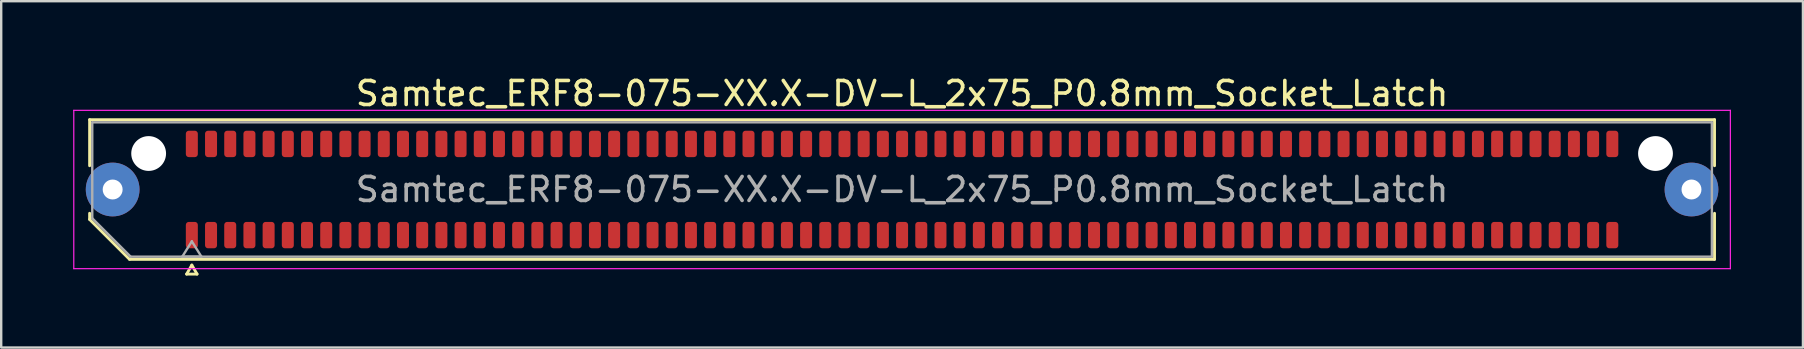
<source format=kicad_pcb>
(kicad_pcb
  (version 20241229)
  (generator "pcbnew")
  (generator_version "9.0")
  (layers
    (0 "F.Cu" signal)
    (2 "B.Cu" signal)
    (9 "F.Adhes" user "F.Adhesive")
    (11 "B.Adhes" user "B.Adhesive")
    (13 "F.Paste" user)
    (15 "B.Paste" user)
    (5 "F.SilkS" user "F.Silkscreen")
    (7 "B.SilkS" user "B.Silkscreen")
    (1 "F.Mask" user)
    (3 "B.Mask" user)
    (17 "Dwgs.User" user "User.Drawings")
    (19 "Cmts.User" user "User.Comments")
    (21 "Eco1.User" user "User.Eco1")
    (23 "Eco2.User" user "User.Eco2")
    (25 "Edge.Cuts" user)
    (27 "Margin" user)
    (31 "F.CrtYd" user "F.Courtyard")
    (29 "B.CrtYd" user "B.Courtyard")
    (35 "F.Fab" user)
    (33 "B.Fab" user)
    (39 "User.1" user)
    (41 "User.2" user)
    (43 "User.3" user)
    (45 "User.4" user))
  (footprint "Samtec_ERF8-075-XX.X-DV-L_2x75_P0.8mm_Socket_Latch"
    (layer "F.Cu")
    (at 34.545 4.848)
    (property "Reference" "Samtec_ERF8-075-XX.X-DV-L_2x75_P0.8mm_Socket_Latch" (at 0 -4 0) (layer "F.SilkS") (effects (font (size 1 1) (thickness 0.15))))
    (attr smd)
    (fp_line (start -33.86 -2.91) (end 33.86 -2.91) (stroke (width 0.12) (type solid)) (layer "F.SilkS"))
    (fp_line (start -33.86 -0.991) (end -33.86 -2.91) (stroke (width 0.12) (type solid)) (layer "F.SilkS"))
    (fp_line (start -33.86 1.246) (end -33.86 0.991) (stroke (width 0.12) (type solid)) (layer "F.SilkS"))
    (fp_line (start -32.196 2.91) (end -33.86 1.246) (stroke (width 0.12) (type solid)) (layer "F.SilkS"))
    (fp_line (start -29.817 3.525) (end -29.6 3.15) (stroke (width 0.12) (type solid)) (layer "F.SilkS"))
    (fp_line (start -29.6 3.15) (end -29.383 3.525) (stroke (width 0.12) (type solid)) (layer "F.SilkS"))
    (fp_line (start -29.383 3.525) (end -29.817 3.525) (stroke (width 0.12) (type solid)) (layer "F.SilkS"))
    (fp_line (start 33.86 -2.91) (end 33.86 -0.991) (stroke (width 0.12) (type solid)) (layer "F.SilkS"))
    (fp_line (start 33.86 0.991) (end 33.86 2.91) (stroke (width 0.12) (type solid)) (layer "F.SilkS"))
    (fp_line (start 33.86 2.91) (end -32.196 2.91) (stroke (width 0.12) (type solid)) (layer "F.SilkS"))
    (fp_line (start -34.52 -3.3) (end -34.52 3.3) (stroke (width 0.05) (type solid)) (layer "F.CrtYd"))
    (fp_line (start -34.52 3.3) (end 34.52 3.3) (stroke (width 0.05) (type solid)) (layer "F.CrtYd"))
    (fp_line (start 34.52 -3.3) (end -34.52 -3.3) (stroke (width 0.05) (type solid)) (layer "F.CrtYd"))
    (fp_line (start 34.52 3.3) (end 34.52 -3.3) (stroke (width 0.05) (type solid)) (layer "F.CrtYd"))
    (fp_line (start -33.75 -2.8) (end 33.75 -2.8) (stroke (width 0.1) (type solid)) (layer "F.Fab"))
    (fp_line (start -33.75 1.2) (end -33.75 -2.8) (stroke (width 0.1) (type solid)) (layer "F.Fab"))
    (fp_line (start -32.15 2.8) (end -33.75 1.2) (stroke (width 0.1) (type solid)) (layer "F.Fab"))
    (fp_line (start -30 2.8) (end -29.6 2.16) (stroke (width 0.1) (type solid)) (layer "F.Fab"))
    (fp_line (start -29.6 2.16) (end -29.2 2.8) (stroke (width 0.1) (type solid)) (layer "F.Fab"))
    (fp_line (start -29.2 2.8) (end -30 2.8) (stroke (width 0.1) (type solid)) (layer "F.Fab"))
    (fp_line (start 33.75 -2.8) (end 33.75 2.8) (stroke (width 0.1) (type solid)) (layer "F.Fab"))
    (fp_line (start 33.75 2.8) (end -32.15 2.8) (stroke (width 0.1) (type solid)) (layer "F.Fab"))
    (fp_text user "${REFERENCE}" (at 0 0 0) (layer "F.Fab") (effects (font (size 1 1) (thickness 0.15))))
    (pad "" thru_hole circle (at -32.9 0) (size 2.24 2.24) (drill 0.83) (layers "*.Cu" "*.Mask" "F.Paste"))
    (pad "" np_thru_hole circle (at -31.4 -1.5) (size 1.45 1.45) (drill 1.45) (layers "*.Cu" "*.Mask"))
    (pad "" np_thru_hole circle (at 31.4 -1.5) (size 1.45 1.45) (drill 1.45) (layers "*.Cu" "*.Mask"))
    (pad "" thru_hole circle (at 32.9 0) (size 2.24 2.24) (drill 0.83) (layers "*.Cu" "*.Mask" "F.Paste"))
    (pad "1" smd roundrect (at -29.6 1.9) (size 0.5 1.1) (layers "F.Cu" "F.Mask" "F.Paste") (roundrect_rratio 0.25))
    (pad "2" smd roundrect (at -29.6 -1.9) (size 0.5 1.1) (layers "F.Cu" "F.Mask" "F.Paste") (roundrect_rratio 0.25))
    (pad "3" smd roundrect (at -28.8 1.9) (size 0.5 1.1) (layers "F.Cu" "F.Mask" "F.Paste") (roundrect_rratio 0.25))
    (pad "4" smd roundrect (at -28.8 -1.9) (size 0.5 1.1) (layers "F.Cu" "F.Mask" "F.Paste") (roundrect_rratio 0.25))
    (pad "5" smd roundrect (at -28 1.9) (size 0.5 1.1) (layers "F.Cu" "F.Mask" "F.Paste") (roundrect_rratio 0.25))
    (pad "6" smd roundrect (at -28 -1.9) (size 0.5 1.1) (layers "F.Cu" "F.Mask" "F.Paste") (roundrect_rratio 0.25))
    (pad "7" smd roundrect (at -27.2 1.9) (size 0.5 1.1) (layers "F.Cu" "F.Mask" "F.Paste") (roundrect_rratio 0.25))
    (pad "8" smd roundrect (at -27.2 -1.9) (size 0.5 1.1) (layers "F.Cu" "F.Mask" "F.Paste") (roundrect_rratio 0.25))
    (pad "9" smd roundrect (at -26.4 1.9) (size 0.5 1.1) (layers "F.Cu" "F.Mask" "F.Paste") (roundrect_rratio 0.25))
    (pad "10" smd roundrect (at -26.4 -1.9) (size 0.5 1.1) (layers "F.Cu" "F.Mask" "F.Paste") (roundrect_rratio 0.25))
    (pad "11" smd roundrect (at -25.6 1.9) (size 0.5 1.1) (layers "F.Cu" "F.Mask" "F.Paste") (roundrect_rratio 0.25))
    (pad "12" smd roundrect (at -25.6 -1.9) (size 0.5 1.1) (layers "F.Cu" "F.Mask" "F.Paste") (roundrect_rratio 0.25))
    (pad "13" smd roundrect (at -24.8 1.9) (size 0.5 1.1) (layers "F.Cu" "F.Mask" "F.Paste") (roundrect_rratio 0.25))
    (pad "14" smd roundrect (at -24.8 -1.9) (size 0.5 1.1) (layers "F.Cu" "F.Mask" "F.Paste") (roundrect_rratio 0.25))
    (pad "15" smd roundrect (at -24 1.9) (size 0.5 1.1) (layers "F.Cu" "F.Mask" "F.Paste") (roundrect_rratio 0.25))
    (pad "16" smd roundrect (at -24 -1.9) (size 0.5 1.1) (layers "F.Cu" "F.Mask" "F.Paste") (roundrect_rratio 0.25))
    (pad "17" smd roundrect (at -23.2 1.9) (size 0.5 1.1) (layers "F.Cu" "F.Mask" "F.Paste") (roundrect_rratio 0.25))
    (pad "18" smd roundrect (at -23.2 -1.9) (size 0.5 1.1) (layers "F.Cu" "F.Mask" "F.Paste") (roundrect_rratio 0.25))
    (pad "19" smd roundrect (at -22.4 1.9) (size 0.5 1.1) (layers "F.Cu" "F.Mask" "F.Paste") (roundrect_rratio 0.25))
    (pad "20" smd roundrect (at -22.4 -1.9) (size 0.5 1.1) (layers "F.Cu" "F.Mask" "F.Paste") (roundrect_rratio 0.25))
    (pad "21" smd roundrect (at -21.6 1.9) (size 0.5 1.1) (layers "F.Cu" "F.Mask" "F.Paste") (roundrect_rratio 0.25))
    (pad "22" smd roundrect (at -21.6 -1.9) (size 0.5 1.1) (layers "F.Cu" "F.Mask" "F.Paste") (roundrect_rratio 0.25))
    (pad "23" smd roundrect (at -20.8 1.9) (size 0.5 1.1) (layers "F.Cu" "F.Mask" "F.Paste") (roundrect_rratio 0.25))
    (pad "24" smd roundrect (at -20.8 -1.9) (size 0.5 1.1) (layers "F.Cu" "F.Mask" "F.Paste") (roundrect_rratio 0.25))
    (pad "25" smd roundrect (at -20 1.9) (size 0.5 1.1) (layers "F.Cu" "F.Mask" "F.Paste") (roundrect_rratio 0.25))
    (pad "26" smd roundrect (at -20 -1.9) (size 0.5 1.1) (layers "F.Cu" "F.Mask" "F.Paste") (roundrect_rratio 0.25))
    (pad "27" smd roundrect (at -19.2 1.9) (size 0.5 1.1) (layers "F.Cu" "F.Mask" "F.Paste") (roundrect_rratio 0.25))
    (pad "28" smd roundrect (at -19.2 -1.9) (size 0.5 1.1) (layers "F.Cu" "F.Mask" "F.Paste") (roundrect_rratio 0.25))
    (pad "29" smd roundrect (at -18.4 1.9) (size 0.5 1.1) (layers "F.Cu" "F.Mask" "F.Paste") (roundrect_rratio 0.25))
    (pad "30" smd roundrect (at -18.4 -1.9) (size 0.5 1.1) (layers "F.Cu" "F.Mask" "F.Paste") (roundrect_rratio 0.25))
    (pad "31" smd roundrect (at -17.6 1.9) (size 0.5 1.1) (layers "F.Cu" "F.Mask" "F.Paste") (roundrect_rratio 0.25))
    (pad "32" smd roundrect (at -17.6 -1.9) (size 0.5 1.1) (layers "F.Cu" "F.Mask" "F.Paste") (roundrect_rratio 0.25))
    (pad "33" smd roundrect (at -16.8 1.9) (size 0.5 1.1) (layers "F.Cu" "F.Mask" "F.Paste") (roundrect_rratio 0.25))
    (pad "34" smd roundrect (at -16.8 -1.9) (size 0.5 1.1) (layers "F.Cu" "F.Mask" "F.Paste") (roundrect_rratio 0.25))
    (pad "35" smd roundrect (at -16 1.9) (size 0.5 1.1) (layers "F.Cu" "F.Mask" "F.Paste") (roundrect_rratio 0.25))
    (pad "36" smd roundrect (at -16 -1.9) (size 0.5 1.1) (layers "F.Cu" "F.Mask" "F.Paste") (roundrect_rratio 0.25))
    (pad "37" smd roundrect (at -15.2 1.9) (size 0.5 1.1) (layers "F.Cu" "F.Mask" "F.Paste") (roundrect_rratio 0.25))
    (pad "38" smd roundrect (at -15.2 -1.9) (size 0.5 1.1) (layers "F.Cu" "F.Mask" "F.Paste") (roundrect_rratio 0.25))
    (pad "39" smd roundrect (at -14.4 1.9) (size 0.5 1.1) (layers "F.Cu" "F.Mask" "F.Paste") (roundrect_rratio 0.25))
    (pad "40" smd roundrect (at -14.4 -1.9) (size 0.5 1.1) (layers "F.Cu" "F.Mask" "F.Paste") (roundrect_rratio 0.25))
    (pad "41" smd roundrect (at -13.6 1.9) (size 0.5 1.1) (layers "F.Cu" "F.Mask" "F.Paste") (roundrect_rratio 0.25))
    (pad "42" smd roundrect (at -13.6 -1.9) (size 0.5 1.1) (layers "F.Cu" "F.Mask" "F.Paste") (roundrect_rratio 0.25))
    (pad "43" smd roundrect (at -12.8 1.9) (size 0.5 1.1) (layers "F.Cu" "F.Mask" "F.Paste") (roundrect_rratio 0.25))
    (pad "44" smd roundrect (at -12.8 -1.9) (size 0.5 1.1) (layers "F.Cu" "F.Mask" "F.Paste") (roundrect_rratio 0.25))
    (pad "45" smd roundrect (at -12 1.9) (size 0.5 1.1) (layers "F.Cu" "F.Mask" "F.Paste") (roundrect_rratio 0.25))
    (pad "46" smd roundrect (at -12 -1.9) (size 0.5 1.1) (layers "F.Cu" "F.Mask" "F.Paste") (roundrect_rratio 0.25))
    (pad "47" smd roundrect (at -11.2 1.9) (size 0.5 1.1) (layers "F.Cu" "F.Mask" "F.Paste") (roundrect_rratio 0.25))
    (pad "48" smd roundrect (at -11.2 -1.9) (size 0.5 1.1) (layers "F.Cu" "F.Mask" "F.Paste") (roundrect_rratio 0.25))
    (pad "49" smd roundrect (at -10.4 1.9) (size 0.5 1.1) (layers "F.Cu" "F.Mask" "F.Paste") (roundrect_rratio 0.25))
    (pad "50" smd roundrect (at -10.4 -1.9) (size 0.5 1.1) (layers "F.Cu" "F.Mask" "F.Paste") (roundrect_rratio 0.25))
    (pad "51" smd roundrect (at -9.6 1.9) (size 0.5 1.1) (layers "F.Cu" "F.Mask" "F.Paste") (roundrect_rratio 0.25))
    (pad "52" smd roundrect (at -9.6 -1.9) (size 0.5 1.1) (layers "F.Cu" "F.Mask" "F.Paste") (roundrect_rratio 0.25))
    (pad "53" smd roundrect (at -8.8 1.9) (size 0.5 1.1) (layers "F.Cu" "F.Mask" "F.Paste") (roundrect_rratio 0.25))
    (pad "54" smd roundrect (at -8.8 -1.9) (size 0.5 1.1) (layers "F.Cu" "F.Mask" "F.Paste") (roundrect_rratio 0.25))
    (pad "55" smd roundrect (at -8 1.9) (size 0.5 1.1) (layers "F.Cu" "F.Mask" "F.Paste") (roundrect_rratio 0.25))
    (pad "56" smd roundrect (at -8 -1.9) (size 0.5 1.1) (layers "F.Cu" "F.Mask" "F.Paste") (roundrect_rratio 0.25))
    (pad "57" smd roundrect (at -7.2 1.9) (size 0.5 1.1) (layers "F.Cu" "F.Mask" "F.Paste") (roundrect_rratio 0.25))
    (pad "58" smd roundrect (at -7.2 -1.9) (size 0.5 1.1) (layers "F.Cu" "F.Mask" "F.Paste") (roundrect_rratio 0.25))
    (pad "59" smd roundrect (at -6.4 1.9) (size 0.5 1.1) (layers "F.Cu" "F.Mask" "F.Paste") (roundrect_rratio 0.25))
    (pad "60" smd roundrect (at -6.4 -1.9) (size 0.5 1.1) (layers "F.Cu" "F.Mask" "F.Paste") (roundrect_rratio 0.25))
    (pad "61" smd roundrect (at -5.6 1.9) (size 0.5 1.1) (layers "F.Cu" "F.Mask" "F.Paste") (roundrect_rratio 0.25))
    (pad "62" smd roundrect (at -5.6 -1.9) (size 0.5 1.1) (layers "F.Cu" "F.Mask" "F.Paste") (roundrect_rratio 0.25))
    (pad "63" smd roundrect (at -4.8 1.9) (size 0.5 1.1) (layers "F.Cu" "F.Mask" "F.Paste") (roundrect_rratio 0.25))
    (pad "64" smd roundrect (at -4.8 -1.9) (size 0.5 1.1) (layers "F.Cu" "F.Mask" "F.Paste") (roundrect_rratio 0.25))
    (pad "65" smd roundrect (at -4 1.9) (size 0.5 1.1) (layers "F.Cu" "F.Mask" "F.Paste") (roundrect_rratio 0.25))
    (pad "66" smd roundrect (at -4 -1.9) (size 0.5 1.1) (layers "F.Cu" "F.Mask" "F.Paste") (roundrect_rratio 0.25))
    (pad "67" smd roundrect (at -3.2 1.9) (size 0.5 1.1) (layers "F.Cu" "F.Mask" "F.Paste") (roundrect_rratio 0.25))
    (pad "68" smd roundrect (at -3.2 -1.9) (size 0.5 1.1) (layers "F.Cu" "F.Mask" "F.Paste") (roundrect_rratio 0.25))
    (pad "69" smd roundrect (at -2.4 1.9) (size 0.5 1.1) (layers "F.Cu" "F.Mask" "F.Paste") (roundrect_rratio 0.25))
    (pad "70" smd roundrect (at -2.4 -1.9) (size 0.5 1.1) (layers "F.Cu" "F.Mask" "F.Paste") (roundrect_rratio 0.25))
    (pad "71" smd roundrect (at -1.6 1.9) (size 0.5 1.1) (layers "F.Cu" "F.Mask" "F.Paste") (roundrect_rratio 0.25))
    (pad "72" smd roundrect (at -1.6 -1.9) (size 0.5 1.1) (layers "F.Cu" "F.Mask" "F.Paste") (roundrect_rratio 0.25))
    (pad "73" smd roundrect (at -0.8 1.9) (size 0.5 1.1) (layers "F.Cu" "F.Mask" "F.Paste") (roundrect_rratio 0.25))
    (pad "74" smd roundrect (at -0.8 -1.9) (size 0.5 1.1) (layers "F.Cu" "F.Mask" "F.Paste") (roundrect_rratio 0.25))
    (pad "75" smd roundrect (at 0 1.9) (size 0.5 1.1) (layers "F.Cu" "F.Mask" "F.Paste") (roundrect_rratio 0.25))
    (pad "76" smd roundrect (at 0 -1.9) (size 0.5 1.1) (layers "F.Cu" "F.Mask" "F.Paste") (roundrect_rratio 0.25))
    (pad "77" smd roundrect (at 0.8 1.9) (size 0.5 1.1) (layers "F.Cu" "F.Mask" "F.Paste") (roundrect_rratio 0.25))
    (pad "78" smd roundrect (at 0.8 -1.9) (size 0.5 1.1) (layers "F.Cu" "F.Mask" "F.Paste") (roundrect_rratio 0.25))
    (pad "79" smd roundrect (at 1.6 1.9) (size 0.5 1.1) (layers "F.Cu" "F.Mask" "F.Paste") (roundrect_rratio 0.25))
    (pad "80" smd roundrect (at 1.6 -1.9) (size 0.5 1.1) (layers "F.Cu" "F.Mask" "F.Paste") (roundrect_rratio 0.25))
    (pad "81" smd roundrect (at 2.4 1.9) (size 0.5 1.1) (layers "F.Cu" "F.Mask" "F.Paste") (roundrect_rratio 0.25))
    (pad "82" smd roundrect (at 2.4 -1.9) (size 0.5 1.1) (layers "F.Cu" "F.Mask" "F.Paste") (roundrect_rratio 0.25))
    (pad "83" smd roundrect (at 3.2 1.9) (size 0.5 1.1) (layers "F.Cu" "F.Mask" "F.Paste") (roundrect_rratio 0.25))
    (pad "84" smd roundrect (at 3.2 -1.9) (size 0.5 1.1) (layers "F.Cu" "F.Mask" "F.Paste") (roundrect_rratio 0.25))
    (pad "85" smd roundrect (at 4 1.9) (size 0.5 1.1) (layers "F.Cu" "F.Mask" "F.Paste") (roundrect_rratio 0.25))
    (pad "86" smd roundrect (at 4 -1.9) (size 0.5 1.1) (layers "F.Cu" "F.Mask" "F.Paste") (roundrect_rratio 0.25))
    (pad "87" smd roundrect (at 4.8 1.9) (size 0.5 1.1) (layers "F.Cu" "F.Mask" "F.Paste") (roundrect_rratio 0.25))
    (pad "88" smd roundrect (at 4.8 -1.9) (size 0.5 1.1) (layers "F.Cu" "F.Mask" "F.Paste") (roundrect_rratio 0.25))
    (pad "89" smd roundrect (at 5.6 1.9) (size 0.5 1.1) (layers "F.Cu" "F.Mask" "F.Paste") (roundrect_rratio 0.25))
    (pad "90" smd roundrect (at 5.6 -1.9) (size 0.5 1.1) (layers "F.Cu" "F.Mask" "F.Paste") (roundrect_rratio 0.25))
    (pad "91" smd roundrect (at 6.4 1.9) (size 0.5 1.1) (layers "F.Cu" "F.Mask" "F.Paste") (roundrect_rratio 0.25))
    (pad "92" smd roundrect (at 6.4 -1.9) (size 0.5 1.1) (layers "F.Cu" "F.Mask" "F.Paste") (roundrect_rratio 0.25))
    (pad "93" smd roundrect (at 7.2 1.9) (size 0.5 1.1) (layers "F.Cu" "F.Mask" "F.Paste") (roundrect_rratio 0.25))
    (pad "94" smd roundrect (at 7.2 -1.9) (size 0.5 1.1) (layers "F.Cu" "F.Mask" "F.Paste") (roundrect_rratio 0.25))
    (pad "95" smd roundrect (at 8 1.9) (size 0.5 1.1) (layers "F.Cu" "F.Mask" "F.Paste") (roundrect_rratio 0.25))
    (pad "96" smd roundrect (at 8 -1.9) (size 0.5 1.1) (layers "F.Cu" "F.Mask" "F.Paste") (roundrect_rratio 0.25))
    (pad "97" smd roundrect (at 8.8 1.9) (size 0.5 1.1) (layers "F.Cu" "F.Mask" "F.Paste") (roundrect_rratio 0.25))
    (pad "98" smd roundrect (at 8.8 -1.9) (size 0.5 1.1) (layers "F.Cu" "F.Mask" "F.Paste") (roundrect_rratio 0.25))
    (pad "99" smd roundrect (at 9.6 1.9) (size 0.5 1.1) (layers "F.Cu" "F.Mask" "F.Paste") (roundrect_rratio 0.25))
    (pad "100" smd roundrect (at 9.6 -1.9) (size 0.5 1.1) (layers "F.Cu" "F.Mask" "F.Paste") (roundrect_rratio 0.25))
    (pad "101" smd roundrect (at 10.4 1.9) (size 0.5 1.1) (layers "F.Cu" "F.Mask" "F.Paste") (roundrect_rratio 0.25))
    (pad "102" smd roundrect (at 10.4 -1.9) (size 0.5 1.1) (layers "F.Cu" "F.Mask" "F.Paste") (roundrect_rratio 0.25))
    (pad "103" smd roundrect (at 11.2 1.9) (size 0.5 1.1) (layers "F.Cu" "F.Mask" "F.Paste") (roundrect_rratio 0.25))
    (pad "104" smd roundrect (at 11.2 -1.9) (size 0.5 1.1) (layers "F.Cu" "F.Mask" "F.Paste") (roundrect_rratio 0.25))
    (pad "105" smd roundrect (at 12 1.9) (size 0.5 1.1) (layers "F.Cu" "F.Mask" "F.Paste") (roundrect_rratio 0.25))
    (pad "106" smd roundrect (at 12 -1.9) (size 0.5 1.1) (layers "F.Cu" "F.Mask" "F.Paste") (roundrect_rratio 0.25))
    (pad "107" smd roundrect (at 12.8 1.9) (size 0.5 1.1) (layers "F.Cu" "F.Mask" "F.Paste") (roundrect_rratio 0.25))
    (pad "108" smd roundrect (at 12.8 -1.9) (size 0.5 1.1) (layers "F.Cu" "F.Mask" "F.Paste") (roundrect_rratio 0.25))
    (pad "109" smd roundrect (at 13.6 1.9) (size 0.5 1.1) (layers "F.Cu" "F.Mask" "F.Paste") (roundrect_rratio 0.25))
    (pad "110" smd roundrect (at 13.6 -1.9) (size 0.5 1.1) (layers "F.Cu" "F.Mask" "F.Paste") (roundrect_rratio 0.25))
    (pad "111" smd roundrect (at 14.4 1.9) (size 0.5 1.1) (layers "F.Cu" "F.Mask" "F.Paste") (roundrect_rratio 0.25))
    (pad "112" smd roundrect (at 14.4 -1.9) (size 0.5 1.1) (layers "F.Cu" "F.Mask" "F.Paste") (roundrect_rratio 0.25))
    (pad "113" smd roundrect (at 15.2 1.9) (size 0.5 1.1) (layers "F.Cu" "F.Mask" "F.Paste") (roundrect_rratio 0.25))
    (pad "114" smd roundrect (at 15.2 -1.9) (size 0.5 1.1) (layers "F.Cu" "F.Mask" "F.Paste") (roundrect_rratio 0.25))
    (pad "115" smd roundrect (at 16 1.9) (size 0.5 1.1) (layers "F.Cu" "F.Mask" "F.Paste") (roundrect_rratio 0.25))
    (pad "116" smd roundrect (at 16 -1.9) (size 0.5 1.1) (layers "F.Cu" "F.Mask" "F.Paste") (roundrect_rratio 0.25))
    (pad "117" smd roundrect (at 16.8 1.9) (size 0.5 1.1) (layers "F.Cu" "F.Mask" "F.Paste") (roundrect_rratio 0.25))
    (pad "118" smd roundrect (at 16.8 -1.9) (size 0.5 1.1) (layers "F.Cu" "F.Mask" "F.Paste") (roundrect_rratio 0.25))
    (pad "119" smd roundrect (at 17.6 1.9) (size 0.5 1.1) (layers "F.Cu" "F.Mask" "F.Paste") (roundrect_rratio 0.25))
    (pad "120" smd roundrect (at 17.6 -1.9) (size 0.5 1.1) (layers "F.Cu" "F.Mask" "F.Paste") (roundrect_rratio 0.25))
    (pad "121" smd roundrect (at 18.4 1.9) (size 0.5 1.1) (layers "F.Cu" "F.Mask" "F.Paste") (roundrect_rratio 0.25))
    (pad "122" smd roundrect (at 18.4 -1.9) (size 0.5 1.1) (layers "F.Cu" "F.Mask" "F.Paste") (roundrect_rratio 0.25))
    (pad "123" smd roundrect (at 19.2 1.9) (size 0.5 1.1) (layers "F.Cu" "F.Mask" "F.Paste") (roundrect_rratio 0.25))
    (pad "124" smd roundrect (at 19.2 -1.9) (size 0.5 1.1) (layers "F.Cu" "F.Mask" "F.Paste") (roundrect_rratio 0.25))
    (pad "125" smd roundrect (at 20 1.9) (size 0.5 1.1) (layers "F.Cu" "F.Mask" "F.Paste") (roundrect_rratio 0.25))
    (pad "126" smd roundrect (at 20 -1.9) (size 0.5 1.1) (layers "F.Cu" "F.Mask" "F.Paste") (roundrect_rratio 0.25))
    (pad "127" smd roundrect (at 20.8 1.9) (size 0.5 1.1) (layers "F.Cu" "F.Mask" "F.Paste") (roundrect_rratio 0.25))
    (pad "128" smd roundrect (at 20.8 -1.9) (size 0.5 1.1) (layers "F.Cu" "F.Mask" "F.Paste") (roundrect_rratio 0.25))
    (pad "129" smd roundrect (at 21.6 1.9) (size 0.5 1.1) (layers "F.Cu" "F.Mask" "F.Paste") (roundrect_rratio 0.25))
    (pad "130" smd roundrect (at 21.6 -1.9) (size 0.5 1.1) (layers "F.Cu" "F.Mask" "F.Paste") (roundrect_rratio 0.25))
    (pad "131" smd roundrect (at 22.4 1.9) (size 0.5 1.1) (layers "F.Cu" "F.Mask" "F.Paste") (roundrect_rratio 0.25))
    (pad "132" smd roundrect (at 22.4 -1.9) (size 0.5 1.1) (layers "F.Cu" "F.Mask" "F.Paste") (roundrect_rratio 0.25))
    (pad "133" smd roundrect (at 23.2 1.9) (size 0.5 1.1) (layers "F.Cu" "F.Mask" "F.Paste") (roundrect_rratio 0.25))
    (pad "134" smd roundrect (at 23.2 -1.9) (size 0.5 1.1) (layers "F.Cu" "F.Mask" "F.Paste") (roundrect_rratio 0.25))
    (pad "135" smd roundrect (at 24 1.9) (size 0.5 1.1) (layers "F.Cu" "F.Mask" "F.Paste") (roundrect_rratio 0.25))
    (pad "136" smd roundrect (at 24 -1.9) (size 0.5 1.1) (layers "F.Cu" "F.Mask" "F.Paste") (roundrect_rratio 0.25))
    (pad "137" smd roundrect (at 24.8 1.9) (size 0.5 1.1) (layers "F.Cu" "F.Mask" "F.Paste") (roundrect_rratio 0.25))
    (pad "138" smd roundrect (at 24.8 -1.9) (size 0.5 1.1) (layers "F.Cu" "F.Mask" "F.Paste") (roundrect_rratio 0.25))
    (pad "139" smd roundrect (at 25.6 1.9) (size 0.5 1.1) (layers "F.Cu" "F.Mask" "F.Paste") (roundrect_rratio 0.25))
    (pad "140" smd roundrect (at 25.6 -1.9) (size 0.5 1.1) (layers "F.Cu" "F.Mask" "F.Paste") (roundrect_rratio 0.25))
    (pad "141" smd roundrect (at 26.4 1.9) (size 0.5 1.1) (layers "F.Cu" "F.Mask" "F.Paste") (roundrect_rratio 0.25))
    (pad "142" smd roundrect (at 26.4 -1.9) (size 0.5 1.1) (layers "F.Cu" "F.Mask" "F.Paste") (roundrect_rratio 0.25))
    (pad "143" smd roundrect (at 27.2 1.9) (size 0.5 1.1) (layers "F.Cu" "F.Mask" "F.Paste") (roundrect_rratio 0.25))
    (pad "144" smd roundrect (at 27.2 -1.9) (size 0.5 1.1) (layers "F.Cu" "F.Mask" "F.Paste") (roundrect_rratio 0.25))
    (pad "145" smd roundrect (at 28 1.9) (size 0.5 1.1) (layers "F.Cu" "F.Mask" "F.Paste") (roundrect_rratio 0.25))
    (pad "146" smd roundrect (at 28 -1.9) (size 0.5 1.1) (layers "F.Cu" "F.Mask" "F.Paste") (roundrect_rratio 0.25))
    (pad "147" smd roundrect (at 28.8 1.9) (size 0.5 1.1) (layers "F.Cu" "F.Mask" "F.Paste") (roundrect_rratio 0.25))
    (pad "148" smd roundrect (at 28.8 -1.9) (size 0.5 1.1) (layers "F.Cu" "F.Mask" "F.Paste") (roundrect_rratio 0.25))
    (pad "149" smd roundrect (at 29.6 1.9) (size 0.5 1.1) (layers "F.Cu" "F.Mask" "F.Paste") (roundrect_rratio 0.25))
    (pad "150" smd roundrect (at 29.6 -1.9) (size 0.5 1.1) (layers "F.Cu" "F.Mask" "F.Paste") (roundrect_rratio 0.25)))
  (gr_rect
    (start -3 -3)
    (end 72.09 11.433)
    (stroke (width 0.1) (type default))
    (fill no)
    (layer "Edge.Cuts")))
</source>
